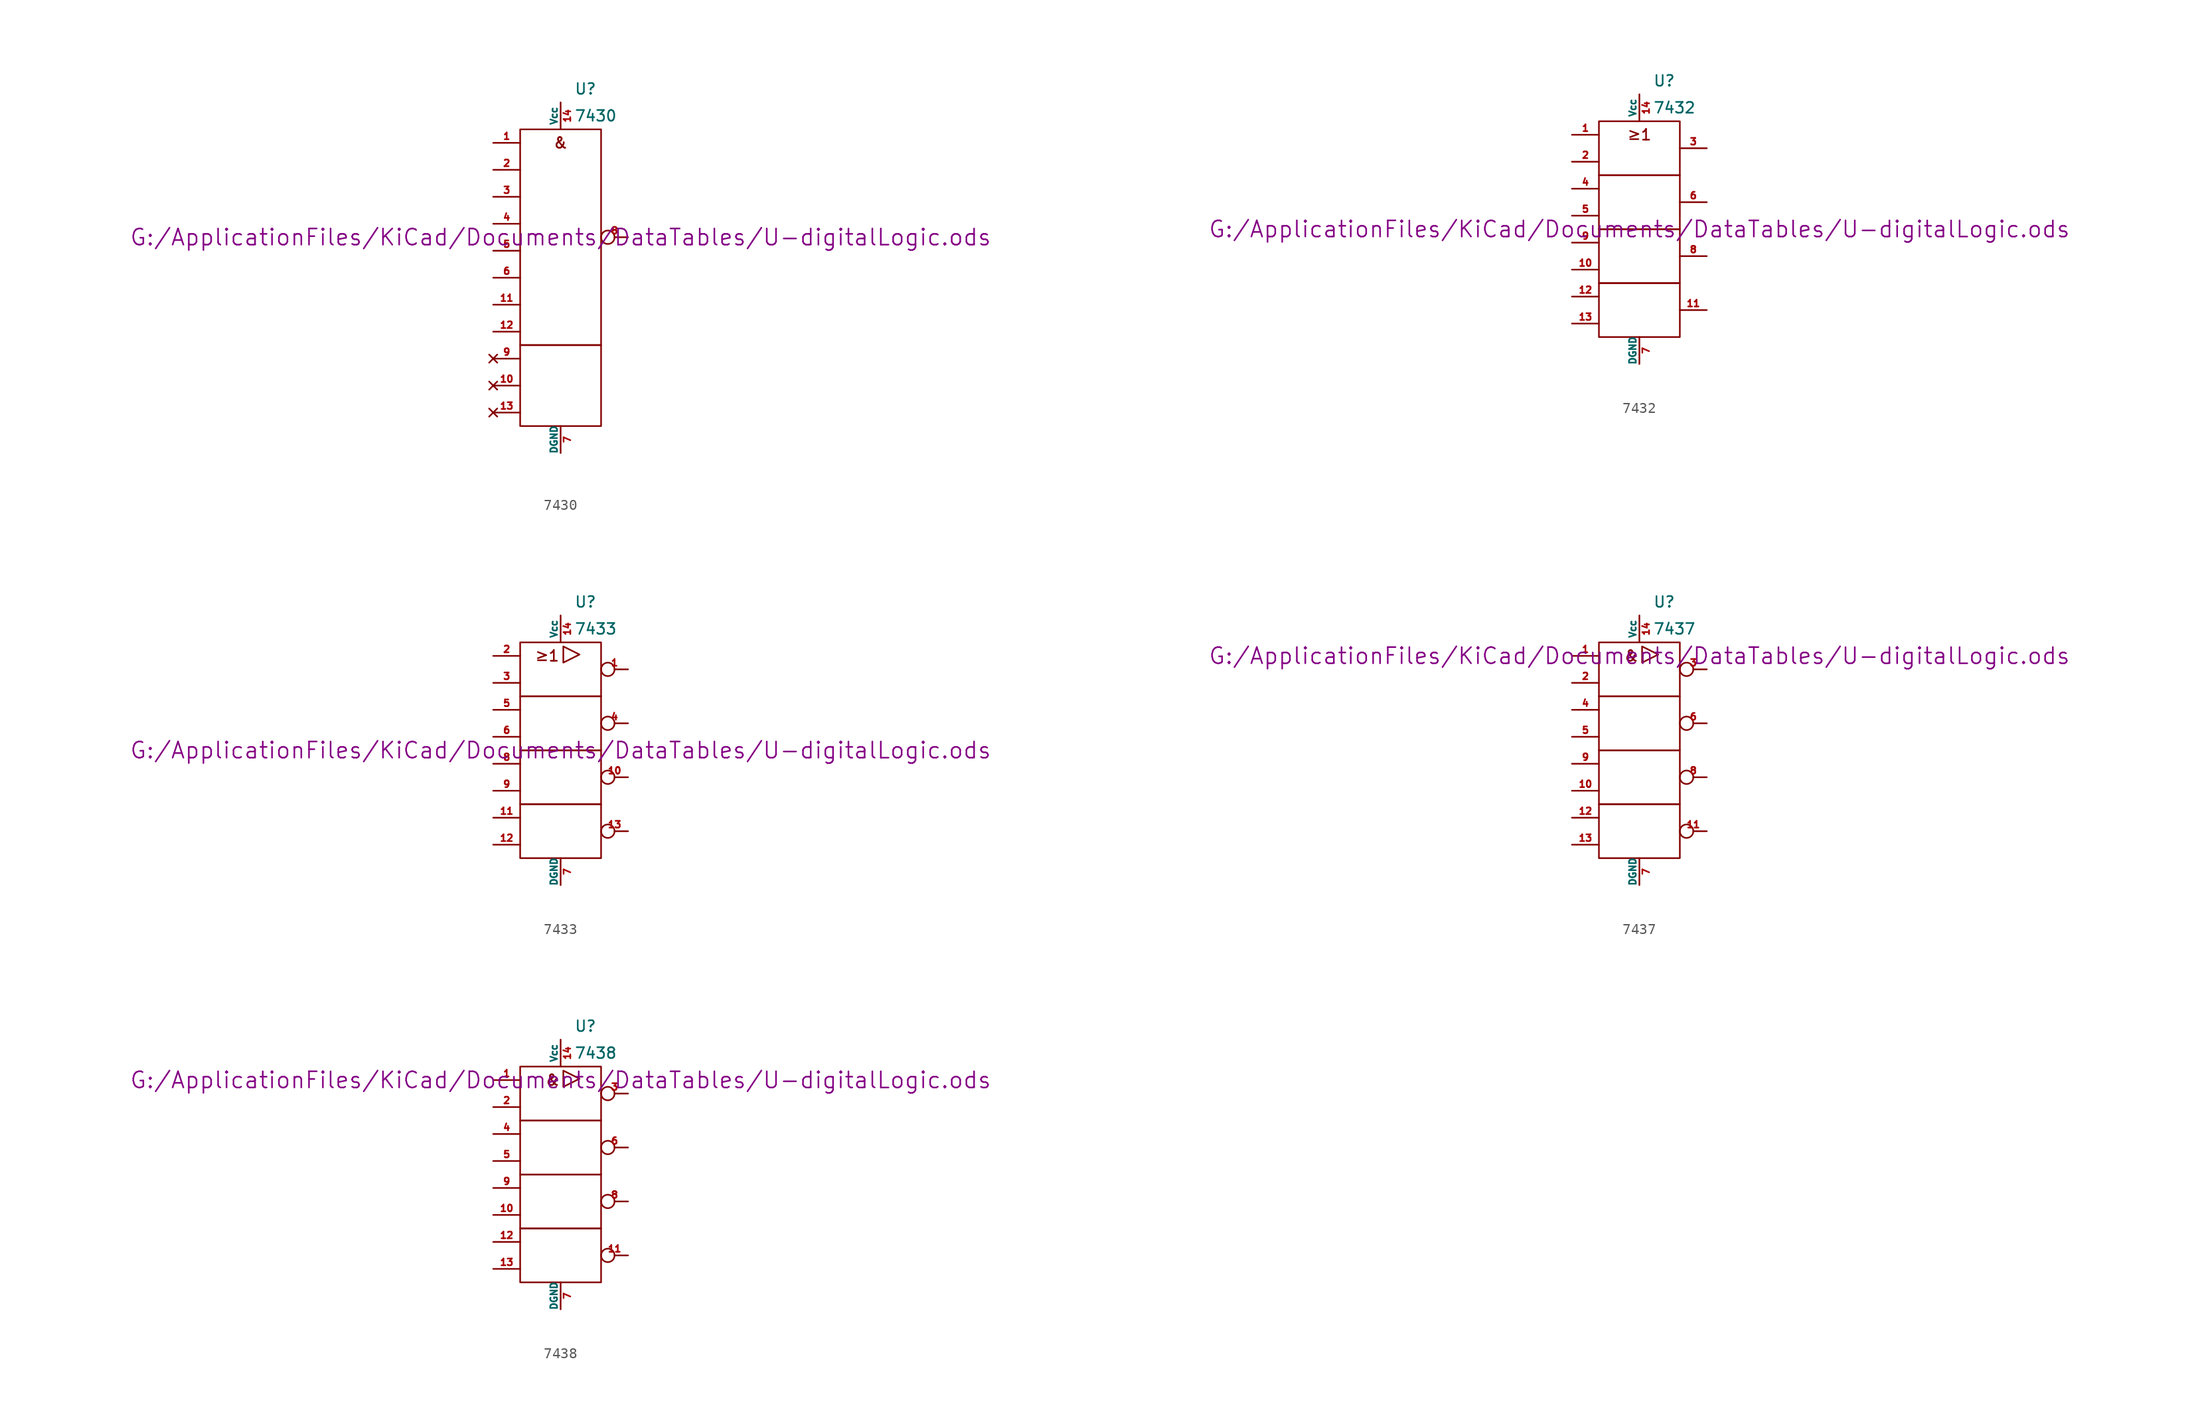
<source format=kicad_sym>
(kicad_symbol_lib
  (version 20211014)
  (generator kicad_symbol_editor)
  (symbol "7430"
    (pin_names
      (offset 0))
    (property "Reference" "U"
      (at 1.27 17.78 0)
      (effects (font (size 1.016 1.016)) (justify left)))
    (property "Value" "7430"
      (at 1.27 15.24 0)
      (effects (font (size 1.016 1.016)) (justify left)))
    (property "Footprint" ""
      (at 0 3.81 0)
      (effects (font (size 1.524 1.524))))
    (property "Datasheet" "G:/ApplicationFiles/KiCad/Documents/DataTables/U-digitalLogic.ods"
      (at 0 3.81 0)
      (effects (font (size 1.524 1.524))))
    (symbol "7430_0_0"
      (text "&" (at 0 12.7 0) (effects (font (size 1.016 1.016)))))
    (symbol "7430_0_1"
      (rectangle (start -3.81 -6.35) (end 3.81 -13.97) (stroke (width 0) (type default) (color 0 0 0 0)) (fill (type none)))
      (rectangle (start -3.81 13.97) (end 3.81 -6.35) (stroke (width 0) (type default) (color 0 0 0 0)) (fill (type none))))
    (symbol "7430_1_1"
      (pin input line (at -6.35 12.7 0) (length 2.54) (name "~" (effects (font (size 0.635 0.635)))) (number "1" (effects (font (size 0.635 0.635)))))
      (pin no_connect line (at -6.35 -10.16 0) (length 2.54) (name "~" (effects (font (size 0.635 0.635)))) (number "10" (effects (font (size 0.635 0.635)))))
      (pin input line (at -6.35 -2.54 0) (length 2.54) (name "~" (effects (font (size 0.635 0.635)))) (number "11" (effects (font (size 0.635 0.635)))))
      (pin input line (at -6.35 -5.08 0) (length 2.54) (name "~" (effects (font (size 0.635 0.635)))) (number "12" (effects (font (size 0.635 0.635)))))
      (pin no_connect line (at -6.35 -12.7 0) (length 2.54) (name "~" (effects (font (size 0.635 0.635)))) (number "13" (effects (font (size 0.635 0.635)))))
      (pin power_in line (at 0 16.51 270) (length 2.54) (name "Vcc" (effects (font (size 0.635 0.635)))) (number "14" (effects (font (size 0.635 0.635)))))
      (pin input line (at -6.35 10.16 0) (length 2.54) (name "~" (effects (font (size 0.635 0.635)))) (number "2" (effects (font (size 0.635 0.635)))))
      (pin input line (at -6.35 7.62 0) (length 2.54) (name "~" (effects (font (size 0.635 0.635)))) (number "3" (effects (font (size 0.635 0.635)))))
      (pin input line (at -6.35 5.08 0) (length 2.54) (name "~" (effects (font (size 0.635 0.635)))) (number "4" (effects (font (size 0.635 0.635)))))
      (pin input line (at -6.35 2.54 0) (length 2.54) (name "~" (effects (font (size 0.635 0.635)))) (number "5" (effects (font (size 0.635 0.635)))))
      (pin input line (at -6.35 0 0) (length 2.54) (name "~" (effects (font (size 0.635 0.635)))) (number "6" (effects (font (size 0.635 0.635)))))
      (pin power_in line (at 0 -16.51 90) (length 2.54) (name "DGND" (effects (font (size 0.635 0.635)))) (number "7" (effects (font (size 0.635 0.635)))))
      (pin input inverted (at 6.35 3.81 180) (length 2.54) (name "~" (effects (font (size 0.635 0.635)))) (number "8" (effects (font (size 0.635 0.635)))))
      (pin no_connect line (at -6.35 -7.62 0) (length 2.54) (name "~" (effects (font (size 0.635 0.635)))) (number "9" (effects (font (size 0.635 0.635)))))))
  (symbol "7432"
    (pin_names
      (offset 0))
    (property "Reference" "U"
      (at 1.27 13.97 0)
      (effects (font (size 1.016 1.016)) (justify left)))
    (property "Value" "7432"
      (at 1.27 11.43 0)
      (effects (font (size 1.016 1.016)) (justify left)))
    (property "Footprint" ""
      (at 0 0 0)
      (effects (font (size 1.524 1.524))))
    (property "Datasheet" "G:/ApplicationFiles/KiCad/Documents/DataTables/U-digitalLogic.ods"
      (at 0 0 0)
      (effects (font (size 1.524 1.524))))
    (symbol "7432_0_0"
      (text "≥1" (at 0 8.89 0) (effects (font (size 1.016 1.016)))))
    (symbol "7432_0_1"
      (rectangle (start -3.81 -5.08) (end 3.81 -10.16) (stroke (width 0) (type default) (color 0 0 0 0)) (fill (type none)))
      (rectangle (start -3.81 0) (end 3.81 -5.08) (stroke (width 0) (type default) (color 0 0 0 0)) (fill (type none)))
      (rectangle (start -3.81 5.08) (end 3.81 0) (stroke (width 0) (type default) (color 0 0 0 0)) (fill (type none)))
      (rectangle (start -3.81 10.16) (end 3.81 5.08) (stroke (width 0) (type default) (color 0 0 0 0)) (fill (type none))))
    (symbol "7432_1_1"
      (pin input line (at -6.35 8.89 0) (length 2.54) (name "~" (effects (font (size 0.635 0.635)))) (number "1" (effects (font (size 0.635 0.635)))))
      (pin input line (at -6.35 -3.81 0) (length 2.54) (name "~" (effects (font (size 0.635 0.635)))) (number "10" (effects (font (size 0.635 0.635)))))
      (pin output line (at 6.35 -7.62 180) (length 2.54) (name "~" (effects (font (size 0.635 0.635)))) (number "11" (effects (font (size 0.635 0.635)))))
      (pin input line (at -6.35 -6.35 0) (length 2.54) (name "~" (effects (font (size 0.635 0.635)))) (number "12" (effects (font (size 0.635 0.635)))))
      (pin input line (at -6.35 -8.89 0) (length 2.54) (name "~" (effects (font (size 0.635 0.635)))) (number "13" (effects (font (size 0.635 0.635)))))
      (pin power_in line (at 0 12.7 270) (length 2.54) (name "Vcc" (effects (font (size 0.635 0.635)))) (number "14" (effects (font (size 0.635 0.635)))))
      (pin input line (at -6.35 6.35 0) (length 2.54) (name "~" (effects (font (size 0.635 0.635)))) (number "2" (effects (font (size 0.635 0.635)))))
      (pin output line (at 6.35 7.62 180) (length 2.54) (name "~" (effects (font (size 0.635 0.635)))) (number "3" (effects (font (size 0.635 0.635)))))
      (pin input line (at -6.35 3.81 0) (length 2.54) (name "~" (effects (font (size 0.635 0.635)))) (number "4" (effects (font (size 0.635 0.635)))))
      (pin input line (at -6.35 1.27 0) (length 2.54) (name "~" (effects (font (size 0.635 0.635)))) (number "5" (effects (font (size 0.635 0.635)))))
      (pin output line (at 6.35 2.54 180) (length 2.54) (name "~" (effects (font (size 0.635 0.635)))) (number "6" (effects (font (size 0.635 0.635)))))
      (pin power_in line (at 0 -12.7 90) (length 2.54) (name "DGND" (effects (font (size 0.635 0.635)))) (number "7" (effects (font (size 0.635 0.635)))))
      (pin output line (at 6.35 -2.54 180) (length 2.54) (name "~" (effects (font (size 0.635 0.635)))) (number "8" (effects (font (size 0.635 0.635)))))
      (pin input line (at -6.35 -1.27 0) (length 2.54) (name "~" (effects (font (size 0.635 0.635)))) (number "9" (effects (font (size 0.635 0.635)))))))
  (symbol "7433"
    (pin_names
      (offset 0))
    (property "Reference" "U"
      (at 1.27 13.97 0)
      (effects (font (size 1.016 1.016)) (justify left)))
    (property "Value" "7433"
      (at 1.27 11.43 0)
      (effects (font (size 1.016 1.016)) (justify left)))
    (property "Footprint" ""
      (at 0 0 0)
      (effects (font (size 1.524 1.524))))
    (property "Datasheet" "G:/ApplicationFiles/KiCad/Documents/DataTables/U-digitalLogic.ods"
      (at 0 0 0)
      (effects (font (size 1.524 1.524))))
    (symbol "7433_0_0"
      (polyline (pts (xy 0.254 8.255) (xy 0.254 9.779) (xy 1.778 9.017) (xy 0.254 8.255)) (stroke (width 0) (type default) (color 0 0 0 0)) (fill (type none)))
      (text "≥1" (at -1.27 8.89 0) (effects (font (size 1.016 1.016)))))
    (symbol "7433_0_1"
      (rectangle (start -3.81 -5.08) (end 3.81 -10.16) (stroke (width 0) (type default) (color 0 0 0 0)) (fill (type none)))
      (rectangle (start -3.81 0) (end 3.81 -5.08) (stroke (width 0) (type default) (color 0 0 0 0)) (fill (type none)))
      (rectangle (start -3.81 5.08) (end 3.81 0) (stroke (width 0) (type default) (color 0 0 0 0)) (fill (type none)))
      (rectangle (start -3.81 10.16) (end 3.81 5.08) (stroke (width 0) (type default) (color 0 0 0 0)) (fill (type none))))
    (symbol "7433_1_1"
      (pin open_collector inverted (at 6.35 7.62 180) (length 2.54) (name "~" (effects (font (size 0.635 0.635)))) (number "1" (effects (font (size 0.635 0.635)))))
      (pin open_collector inverted (at 6.35 -2.54 180) (length 2.54) (name "~" (effects (font (size 0.635 0.635)))) (number "10" (effects (font (size 0.635 0.635)))))
      (pin input line (at -6.35 -6.35 0) (length 2.54) (name "~" (effects (font (size 0.635 0.635)))) (number "11" (effects (font (size 0.635 0.635)))))
      (pin input line (at -6.35 -8.89 0) (length 2.54) (name "~" (effects (font (size 0.635 0.635)))) (number "12" (effects (font (size 0.635 0.635)))))
      (pin open_collector inverted (at 6.35 -7.62 180) (length 2.54) (name "~" (effects (font (size 0.635 0.635)))) (number "13" (effects (font (size 0.635 0.635)))))
      (pin power_in line (at 0 12.7 270) (length 2.54) (name "Vcc" (effects (font (size 0.635 0.635)))) (number "14" (effects (font (size 0.635 0.635)))))
      (pin input line (at -6.35 8.89 0) (length 2.54) (name "~" (effects (font (size 0.635 0.635)))) (number "2" (effects (font (size 0.635 0.635)))))
      (pin input line (at -6.35 6.35 0) (length 2.54) (name "~" (effects (font (size 0.635 0.635)))) (number "3" (effects (font (size 0.635 0.635)))))
      (pin open_collector inverted (at 6.35 2.54 180) (length 2.54) (name "~" (effects (font (size 0.635 0.635)))) (number "4" (effects (font (size 0.635 0.635)))))
      (pin input line (at -6.35 3.81 0) (length 2.54) (name "~" (effects (font (size 0.635 0.635)))) (number "5" (effects (font (size 0.635 0.635)))))
      (pin input line (at -6.35 1.27 0) (length 2.54) (name "~" (effects (font (size 0.635 0.635)))) (number "6" (effects (font (size 0.635 0.635)))))
      (pin power_in line (at 0 -12.7 90) (length 2.54) (name "DGND" (effects (font (size 0.635 0.635)))) (number "7" (effects (font (size 0.635 0.635)))))
      (pin input line (at -6.35 -1.27 0) (length 2.54) (name "~" (effects (font (size 0.635 0.635)))) (number "8" (effects (font (size 0.635 0.635)))))
      (pin input line (at -6.35 -3.81 0) (length 2.54) (name "~" (effects (font (size 0.635 0.635)))) (number "9" (effects (font (size 0.635 0.635)))))))
  (symbol "7437"
    (pin_names
      (offset 0))
    (property "Reference" "U"
      (at 1.27 13.97 0)
      (effects (font (size 1.016 1.016)) (justify left)))
    (property "Value" "7437"
      (at 1.27 11.43 0)
      (effects (font (size 1.016 1.016)) (justify left)))
    (property "Footprint" ""
      (at 0 8.89 0)
      (effects (font (size 1.524 1.524))))
    (property "Datasheet" "G:/ApplicationFiles/KiCad/Documents/DataTables/U-digitalLogic.ods"
      (at 0 8.89 0)
      (effects (font (size 1.524 1.524))))
    (symbol "7437_0_0"
      (text "&" (at -0.762 8.89 0) (effects (font (size 1.016 1.016)))))
    (symbol "7437_0_1"
      (rectangle (start -3.81 -5.08) (end 3.81 -10.16) (stroke (width 0) (type default) (color 0 0 0 0)) (fill (type none)))
      (rectangle (start -3.81 0) (end 3.81 -5.08) (stroke (width 0) (type default) (color 0 0 0 0)) (fill (type none)))
      (rectangle (start -3.81 5.08) (end 3.81 0) (stroke (width 0) (type default) (color 0 0 0 0)) (fill (type none)))
      (rectangle (start -3.81 10.16) (end 3.81 5.08) (stroke (width 0) (type default) (color 0 0 0 0)) (fill (type none)))
      (polyline (pts (xy 0.254 9.779) (xy 0.254 8.255) (xy 1.778 9.017) (xy 0.254 9.779)) (stroke (width 0) (type default) (color 0 0 0 0)) (fill (type none))))
    (symbol "7437_1_1"
      (pin input line (at -6.35 8.89 0) (length 2.54) (name "~" (effects (font (size 0.635 0.635)))) (number "1" (effects (font (size 0.635 0.635)))))
      (pin input line (at -6.35 -3.81 0) (length 2.54) (name "~" (effects (font (size 0.635 0.635)))) (number "10" (effects (font (size 0.635 0.635)))))
      (pin output inverted (at 6.35 -7.62 180) (length 2.54) (name "~" (effects (font (size 0.635 0.635)))) (number "11" (effects (font (size 0.635 0.635)))))
      (pin input line (at -6.35 -6.35 0) (length 2.54) (name "~" (effects (font (size 0.635 0.635)))) (number "12" (effects (font (size 0.635 0.635)))))
      (pin input line (at -6.35 -8.89 0) (length 2.54) (name "~" (effects (font (size 0.635 0.635)))) (number "13" (effects (font (size 0.635 0.635)))))
      (pin power_in line (at 0 12.7 270) (length 2.54) (name "Vcc" (effects (font (size 0.635 0.635)))) (number "14" (effects (font (size 0.635 0.635)))))
      (pin input line (at -6.35 6.35 0) (length 2.54) (name "~" (effects (font (size 0.635 0.635)))) (number "2" (effects (font (size 0.635 0.635)))))
      (pin output inverted (at 6.35 7.62 180) (length 2.54) (name "~" (effects (font (size 0.635 0.635)))) (number "3" (effects (font (size 0.635 0.635)))))
      (pin input line (at -6.35 3.81 0) (length 2.54) (name "~" (effects (font (size 0.635 0.635)))) (number "4" (effects (font (size 0.635 0.635)))))
      (pin input line (at -6.35 1.27 0) (length 2.54) (name "~" (effects (font (size 0.635 0.635)))) (number "5" (effects (font (size 0.635 0.635)))))
      (pin output inverted (at 6.35 2.54 180) (length 2.54) (name "~" (effects (font (size 0.635 0.635)))) (number "6" (effects (font (size 0.635 0.635)))))
      (pin power_in line (at 0 -12.7 90) (length 2.54) (name "DGND" (effects (font (size 0.635 0.635)))) (number "7" (effects (font (size 0.635 0.635)))))
      (pin output inverted (at 6.35 -2.54 180) (length 2.54) (name "~" (effects (font (size 0.635 0.635)))) (number "8" (effects (font (size 0.635 0.635)))))
      (pin input line (at -6.35 -1.27 0) (length 2.54) (name "~" (effects (font (size 0.635 0.635)))) (number "9" (effects (font (size 0.635 0.635)))))))
  (symbol "7438"
    (pin_names
      (offset 0))
    (property "Reference" "U"
      (at 1.27 13.97 0)
      (effects (font (size 1.016 1.016)) (justify left)))
    (property "Value" "7438"
      (at 1.27 11.43 0)
      (effects (font (size 1.016 1.016)) (justify left)))
    (property "Footprint" ""
      (at 0 8.89 0)
      (effects (font (size 1.524 1.524))))
    (property "Datasheet" "G:/ApplicationFiles/KiCad/Documents/DataTables/U-digitalLogic.ods"
      (at 0 8.89 0)
      (effects (font (size 1.524 1.524))))
    (symbol "7438_0_0"
      (text "&" (at -0.762 8.89 0) (effects (font (size 1.016 1.016)))))
    (symbol "7438_0_1"
      (rectangle (start -3.81 -5.08) (end 3.81 -10.16) (stroke (width 0) (type default) (color 0 0 0 0)) (fill (type none)))
      (rectangle (start -3.81 0) (end 3.81 -5.08) (stroke (width 0) (type default) (color 0 0 0 0)) (fill (type none)))
      (rectangle (start -3.81 5.08) (end 3.81 0) (stroke (width 0) (type default) (color 0 0 0 0)) (fill (type none)))
      (rectangle (start -3.81 10.16) (end 3.81 5.08) (stroke (width 0) (type default) (color 0 0 0 0)) (fill (type none)))
      (polyline (pts (xy 0.254 9.779) (xy 0.254 8.255) (xy 1.778 9.017) (xy 0.254 9.779)) (stroke (width 0) (type default) (color 0 0 0 0)) (fill (type none))))
    (symbol "7438_1_1"
      (pin input line (at -6.35 8.89 0) (length 2.54) (name "~" (effects (font (size 0.635 0.635)))) (number "1" (effects (font (size 0.635 0.635)))))
      (pin input line (at -6.35 -3.81 0) (length 2.54) (name "~" (effects (font (size 0.635 0.635)))) (number "10" (effects (font (size 0.635 0.635)))))
      (pin open_collector inverted (at 6.35 -7.62 180) (length 2.54) (name "~" (effects (font (size 0.635 0.635)))) (number "11" (effects (font (size 0.635 0.635)))))
      (pin input line (at -6.35 -6.35 0) (length 2.54) (name "~" (effects (font (size 0.635 0.635)))) (number "12" (effects (font (size 0.635 0.635)))))
      (pin input line (at -6.35 -8.89 0) (length 2.54) (name "~" (effects (font (size 0.635 0.635)))) (number "13" (effects (font (size 0.635 0.635)))))
      (pin power_in line (at 0 12.7 270) (length 2.54) (name "Vcc" (effects (font (size 0.635 0.635)))) (number "14" (effects (font (size 0.635 0.635)))))
      (pin input line (at -6.35 6.35 0) (length 2.54) (name "~" (effects (font (size 0.635 0.635)))) (number "2" (effects (font (size 0.635 0.635)))))
      (pin open_collector inverted (at 6.35 7.62 180) (length 2.54) (name "~" (effects (font (size 0.635 0.635)))) (number "3" (effects (font (size 0.635 0.635)))))
      (pin input line (at -6.35 3.81 0) (length 2.54) (name "~" (effects (font (size 0.635 0.635)))) (number "4" (effects (font (size 0.635 0.635)))))
      (pin input line (at -6.35 1.27 0) (length 2.54) (name "~" (effects (font (size 0.635 0.635)))) (number "5" (effects (font (size 0.635 0.635)))))
      (pin open_collector inverted (at 6.35 2.54 180) (length 2.54) (name "~" (effects (font (size 0.635 0.635)))) (number "6" (effects (font (size 0.635 0.635)))))
      (pin power_in line (at 0 -12.7 90) (length 2.54) (name "DGND" (effects (font (size 0.635 0.635)))) (number "7" (effects (font (size 0.635 0.635)))))
      (pin open_collector inverted (at 6.35 -2.54 180) (length 2.54) (name "~" (effects (font (size 0.635 0.635)))) (number "8" (effects (font (size 0.635 0.635)))))
      (pin input line (at -6.35 -1.27 0) (length 2.54) (name "~" (effects (font (size 0.635 0.635)))) (number "9" (effects (font (size 0.635 0.635))))))))
</source>
